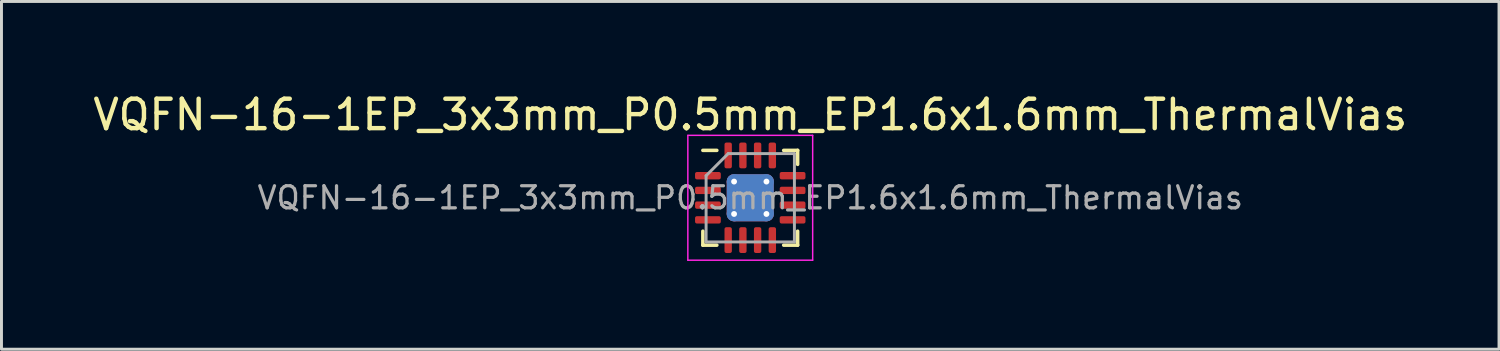
<source format=kicad_pcb>
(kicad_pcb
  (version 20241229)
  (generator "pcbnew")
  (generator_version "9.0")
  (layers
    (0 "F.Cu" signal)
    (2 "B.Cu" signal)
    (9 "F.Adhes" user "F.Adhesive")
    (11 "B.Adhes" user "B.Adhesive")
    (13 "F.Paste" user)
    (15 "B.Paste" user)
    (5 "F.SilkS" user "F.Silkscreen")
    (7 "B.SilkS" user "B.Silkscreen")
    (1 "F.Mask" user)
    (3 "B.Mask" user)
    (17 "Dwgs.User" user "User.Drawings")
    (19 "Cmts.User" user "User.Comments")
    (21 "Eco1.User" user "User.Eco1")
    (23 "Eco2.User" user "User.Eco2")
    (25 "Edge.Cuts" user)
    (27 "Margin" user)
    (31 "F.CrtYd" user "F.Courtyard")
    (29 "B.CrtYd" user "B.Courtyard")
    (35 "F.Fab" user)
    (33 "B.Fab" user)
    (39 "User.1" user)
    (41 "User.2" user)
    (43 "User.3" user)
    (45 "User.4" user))
  (footprint "VQFN-16-1EP_3x3mm_P0.5mm_EP1.6x1.6mm_ThermalVias"
    (layer "F.Cu")
    (at 22.435 3.668)
    (property "Reference" "VQFN-16-1EP_3x3mm_P0.5mm_EP1.6x1.6mm_ThermalVias" (at 0 -2.82 0) (layer "F.SilkS") (effects (font (size 1 1) (thickness 0.15))))
    (attr smd)
    (fp_line (start -1.61 1.61) (end -1.61 1.135) (stroke (width 0.12) (type solid)) (layer "F.SilkS"))
    (fp_line (start -1.135 -1.61) (end -1.61 -1.61) (stroke (width 0.12) (type solid)) (layer "F.SilkS"))
    (fp_line (start -1.135 1.61) (end -1.61 1.61) (stroke (width 0.12) (type solid)) (layer "F.SilkS"))
    (fp_line (start 1.135 -1.61) (end 1.61 -1.61) (stroke (width 0.12) (type solid)) (layer "F.SilkS"))
    (fp_line (start 1.135 1.61) (end 1.61 1.61) (stroke (width 0.12) (type solid)) (layer "F.SilkS"))
    (fp_line (start 1.61 -1.61) (end 1.61 -1.135) (stroke (width 0.12) (type solid)) (layer "F.SilkS"))
    (fp_line (start 1.61 1.61) (end 1.61 1.135) (stroke (width 0.12) (type solid)) (layer "F.SilkS"))
    (fp_line (start -2.12 -2.12) (end -2.12 2.12) (stroke (width 0.05) (type solid)) (layer "F.CrtYd"))
    (fp_line (start -2.12 2.12) (end 2.12 2.12) (stroke (width 0.05) (type solid)) (layer "F.CrtYd"))
    (fp_line (start 2.12 -2.12) (end -2.12 -2.12) (stroke (width 0.05) (type solid)) (layer "F.CrtYd"))
    (fp_line (start 2.12 2.12) (end 2.12 -2.12) (stroke (width 0.05) (type solid)) (layer "F.CrtYd"))
    (fp_line (start -1.5 -0.75) (end -0.75 -1.5) (stroke (width 0.1) (type solid)) (layer "F.Fab"))
    (fp_line (start -1.5 1.5) (end -1.5 -0.75) (stroke (width 0.1) (type solid)) (layer "F.Fab"))
    (fp_line (start -0.75 -1.5) (end 1.5 -1.5) (stroke (width 0.1) (type solid)) (layer "F.Fab"))
    (fp_line (start 1.5 -1.5) (end 1.5 1.5) (stroke (width 0.1) (type solid)) (layer "F.Fab"))
    (fp_line (start 1.5 1.5) (end -1.5 1.5) (stroke (width 0.1) (type solid)) (layer "F.Fab"))
    (fp_text user "${REFERENCE}" (at 0 0 0) (layer "F.Fab") (effects (font (size 0.75 0.75) (thickness 0.11))))
    (pad "" smd roundrect (at -0.4 -0.4) (size 0.69 0.69) (layers "F.Paste") (roundrect_rratio 0.25))
    (pad "" smd roundrect (at -0.4 0.4) (size 0.69 0.69) (layers "F.Paste") (roundrect_rratio 0.25))
    (pad "" smd roundrect (at 0.4 -0.4) (size 0.69 0.69) (layers "F.Paste") (roundrect_rratio 0.25))
    (pad "" smd roundrect (at 0.4 0.4) (size 0.69 0.69) (layers "F.Paste") (roundrect_rratio 0.25))
    (pad "1" smd roundrect (at -1.438 -0.75) (size 0.875 0.25) (layers "F.Cu" "F.Mask" "F.Paste") (roundrect_rratio 0.25))
    (pad "2" smd roundrect (at -1.438 -0.25) (size 0.875 0.25) (layers "F.Cu" "F.Mask" "F.Paste") (roundrect_rratio 0.25))
    (pad "3" smd roundrect (at -1.438 0.25) (size 0.875 0.25) (layers "F.Cu" "F.Mask" "F.Paste") (roundrect_rratio 0.25))
    (pad "4" smd roundrect (at -1.438 0.75) (size 0.875 0.25) (layers "F.Cu" "F.Mask" "F.Paste") (roundrect_rratio 0.25))
    (pad "5" smd roundrect (at -0.75 1.438) (size 0.25 0.875) (layers "F.Cu" "F.Mask" "F.Paste") (roundrect_rratio 0.25))
    (pad "6" smd roundrect (at -0.25 1.438) (size 0.25 0.875) (layers "F.Cu" "F.Mask" "F.Paste") (roundrect_rratio 0.25))
    (pad "7" smd roundrect (at 0.25 1.438) (size 0.25 0.875) (layers "F.Cu" "F.Mask" "F.Paste") (roundrect_rratio 0.25))
    (pad "8" smd roundrect (at 0.75 1.438) (size 0.25 0.875) (layers "F.Cu" "F.Mask" "F.Paste") (roundrect_rratio 0.25))
    (pad "9" smd roundrect (at 1.438 0.75) (size 0.875 0.25) (layers "F.Cu" "F.Mask" "F.Paste") (roundrect_rratio 0.25))
    (pad "10" smd roundrect (at 1.438 0.25) (size 0.875 0.25) (layers "F.Cu" "F.Mask" "F.Paste") (roundrect_rratio 0.25))
    (pad "11" smd roundrect (at 1.438 -0.25) (size 0.875 0.25) (layers "F.Cu" "F.Mask" "F.Paste") (roundrect_rratio 0.25))
    (pad "12" smd roundrect (at 1.438 -0.75) (size 0.875 0.25) (layers "F.Cu" "F.Mask" "F.Paste") (roundrect_rratio 0.25))
    (pad "13" smd roundrect (at 0.75 -1.438) (size 0.25 0.875) (layers "F.Cu" "F.Mask" "F.Paste") (roundrect_rratio 0.25))
    (pad "14" smd roundrect (at 0.25 -1.438) (size 0.25 0.875) (layers "F.Cu" "F.Mask" "F.Paste") (roundrect_rratio 0.25))
    (pad "15" smd roundrect (at -0.25 -1.438) (size 0.25 0.875) (layers "F.Cu" "F.Mask" "F.Paste") (roundrect_rratio 0.25))
    (pad "16" smd roundrect (at -0.75 -1.438) (size 0.25 0.875) (layers "F.Cu" "F.Mask" "F.Paste") (roundrect_rratio 0.25))
    (pad "17" thru_hole circle (at -0.55 -0.55) (size 0.5 0.5) (drill 0.2) (layers "*.Cu"))
    (pad "17" thru_hole circle (at -0.55 0.55) (size 0.5 0.5) (drill 0.2) (layers "*.Cu"))
    (pad "17" smd roundrect (at 0 0) (size 1.6 1.6) (layers "F.Cu" "F.Mask") (roundrect_rratio 0.156))
    (pad "17" smd roundrect (at 0 0) (size 1.6 1.6) (layers "B.Cu") (roundrect_rratio 0.156))
    (pad "17" thru_hole circle (at 0.55 -0.55) (size 0.5 0.5) (drill 0.2) (layers "*.Cu"))
    (pad "17" thru_hole circle (at 0.55 0.55) (size 0.5 0.5) (drill 0.2) (layers "*.Cu")))
  (gr_rect
    (start -3 -3)
    (end 47.869 8.813)
    (stroke (width 0.1) (type default))
    (fill no)
    (layer "Edge.Cuts")))
</source>
